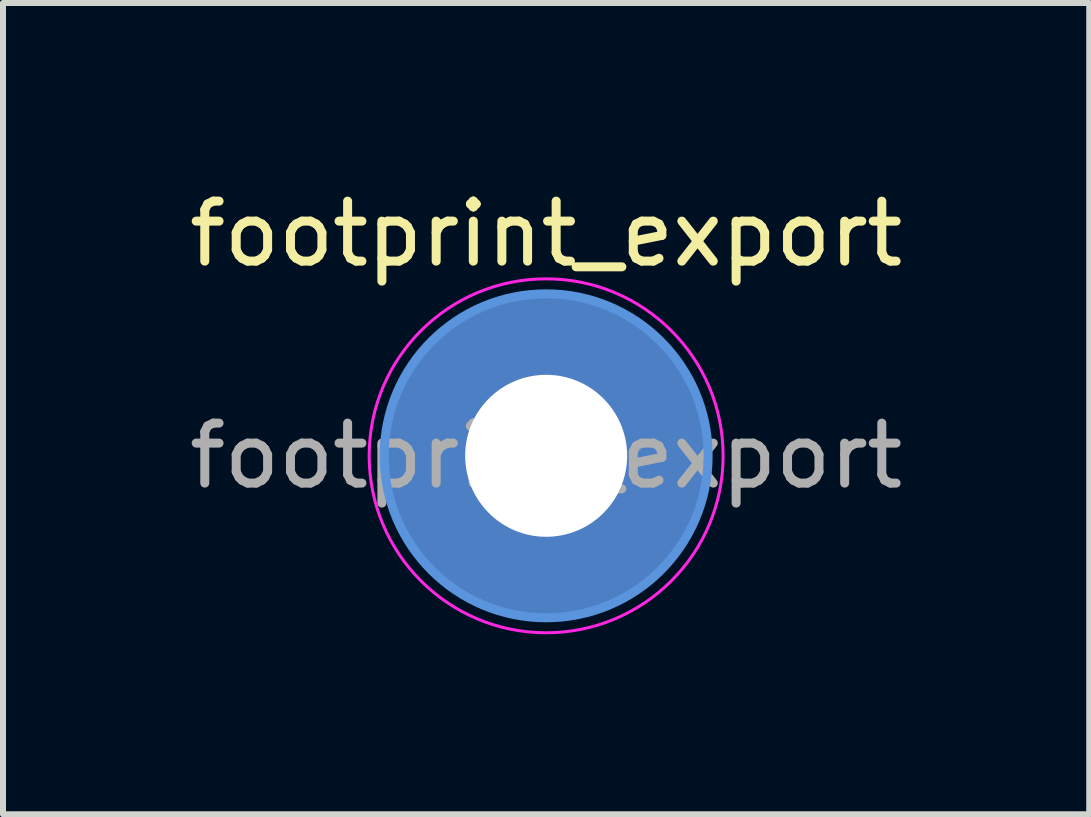
<source format=kicad_pcb>
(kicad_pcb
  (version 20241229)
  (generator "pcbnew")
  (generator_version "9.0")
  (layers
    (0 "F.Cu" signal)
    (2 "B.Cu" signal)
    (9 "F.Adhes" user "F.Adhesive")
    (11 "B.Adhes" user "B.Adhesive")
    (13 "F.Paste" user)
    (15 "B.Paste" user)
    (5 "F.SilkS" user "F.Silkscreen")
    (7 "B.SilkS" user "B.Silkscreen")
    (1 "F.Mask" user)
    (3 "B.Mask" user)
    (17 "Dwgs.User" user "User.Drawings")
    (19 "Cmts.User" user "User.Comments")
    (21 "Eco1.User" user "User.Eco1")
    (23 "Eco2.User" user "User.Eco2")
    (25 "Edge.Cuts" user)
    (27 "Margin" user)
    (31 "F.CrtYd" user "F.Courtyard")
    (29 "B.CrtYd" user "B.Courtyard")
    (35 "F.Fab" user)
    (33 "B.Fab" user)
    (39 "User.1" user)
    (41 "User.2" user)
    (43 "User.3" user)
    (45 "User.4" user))
  (footprint "footprint_export"
    (layer "F.Cu")
    (at 6.054 4.548)
    (property "Reference" "footprint_export" (at 0 -3.7 0) (layer "F.SilkS") (effects (font (size 1 1) (thickness 0.15))))
    (attr exclude_from_pos_files exclude_from_bom)
    (fp_circle (center 0 0) (end 2.7 0) (stroke (width 0.15) (type solid)) (fill no) (layer "Cmts.User"))
    (fp_circle (center 0 0) (end 2.95 0) (stroke (width 0.05) (type solid)) (fill no) (layer "F.CrtYd"))
    (fp_text user "${REFERENCE}" (at 0 0 0) (layer "F.Fab") (effects (font (size 1 1) (thickness 0.15))))
    (pad "1" thru_hole circle (at 0 0) (size 5.4 5.4) (drill 2.7) (layers "*.Cu" "*.Mask")))
  (gr_rect
    (start -3 -3)
    (end 15.107 10.523)
    (stroke (width 0.1) (type default))
    (fill no)
    (layer "Edge.Cuts")))
</source>
